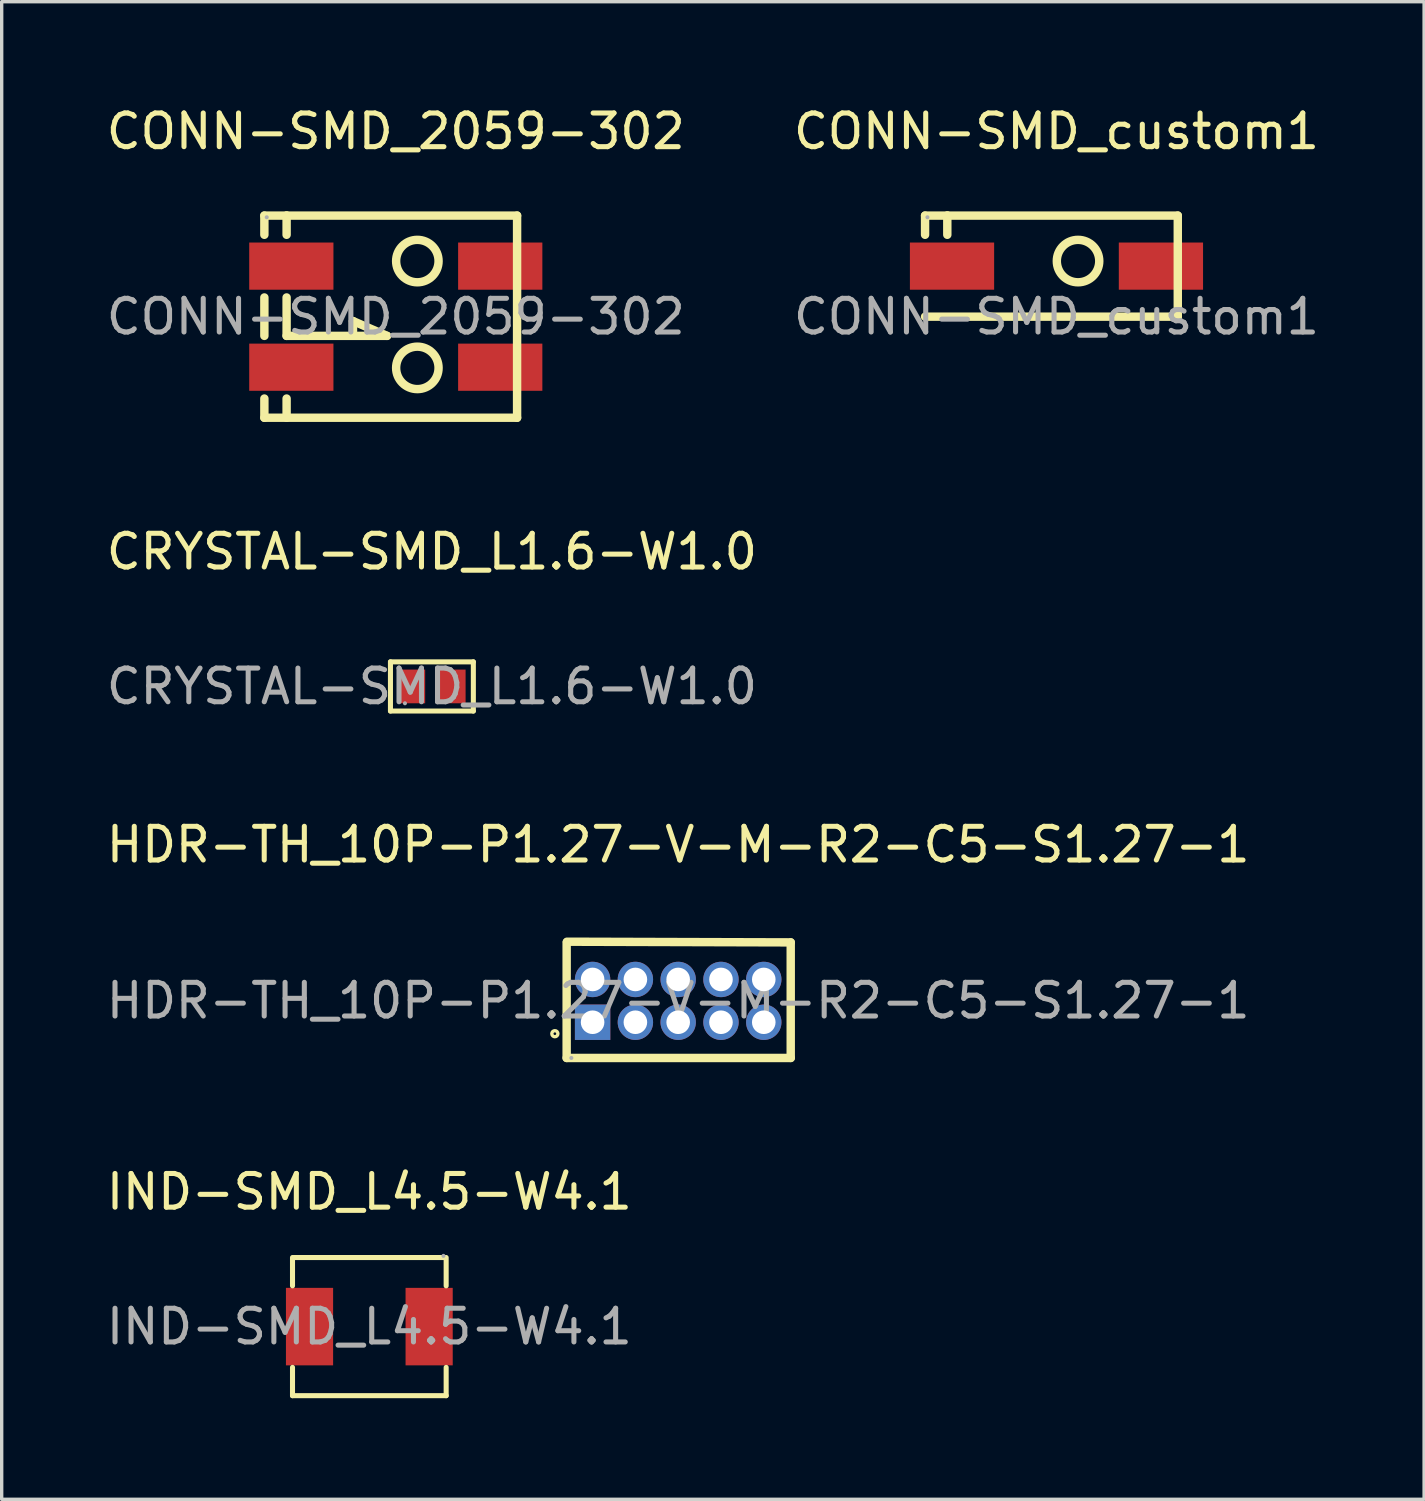
<source format=kicad_pcb>
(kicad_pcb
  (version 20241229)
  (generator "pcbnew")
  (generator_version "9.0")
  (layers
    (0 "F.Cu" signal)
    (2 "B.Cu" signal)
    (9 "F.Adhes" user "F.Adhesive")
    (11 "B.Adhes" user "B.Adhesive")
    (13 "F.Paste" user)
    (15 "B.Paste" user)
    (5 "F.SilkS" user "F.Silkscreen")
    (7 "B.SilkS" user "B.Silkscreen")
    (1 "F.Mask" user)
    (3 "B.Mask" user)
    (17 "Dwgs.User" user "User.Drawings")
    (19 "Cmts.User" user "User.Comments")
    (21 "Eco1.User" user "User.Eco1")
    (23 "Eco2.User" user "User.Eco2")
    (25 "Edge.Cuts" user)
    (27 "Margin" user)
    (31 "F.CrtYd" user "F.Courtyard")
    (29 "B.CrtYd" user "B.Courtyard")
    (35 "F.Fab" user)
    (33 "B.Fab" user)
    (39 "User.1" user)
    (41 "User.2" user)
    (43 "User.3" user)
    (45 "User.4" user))
  (footprint "IND-SMD_L4.5-W4.1"
    (layer "F.Cu")
    (at 7.911 36.321)
    (property "Reference" "IND-SMD_L4.5-W4.1" (at 0 -4 0) (layer "F.SilkS") (effects (font (size 1 1) (thickness 0.15))))
    (attr smd)
    (fp_line (start -2.28 -1.21) (end -2.28 -2.05) (stroke (width 0.15) (type solid)) (layer "F.SilkS"))
    (fp_line (start -2.28 1.21) (end -2.28 2.05) (stroke (width 0.15) (type solid)) (layer "F.SilkS"))
    (fp_line (start -2.28 2.05) (end 2.28 2.05) (stroke (width 0.15) (type solid)) (layer "F.SilkS"))
    (fp_line (start -2.25 -2.05) (end 2.25 -2.05) (stroke (width 0.15) (type solid)) (layer "F.SilkS"))
    (fp_line (start 2.28 -2.05) (end 2.28 -1.21) (stroke (width 0.15) (type solid)) (layer "F.SilkS"))
    (fp_line (start 2.28 2.05) (end 2.28 1.21) (stroke (width 0.15) (type solid)) (layer "F.SilkS"))
    (fp_circle (center 2.2 -2.1) (end 2.23 -2.1) (stroke (width 0.06) (type solid)) (fill no) (layer "F.Fab"))
    (fp_text user "${REFERENCE}" (at 0 0 0) (layer "F.Fab") (effects (font (size 1 1) (thickness 0.15))))
    (pad "1" smd rect (at 1.775 0) (size 1.4 2.3) (layers "F.Cu" "F.Mask" "F.Paste"))
    (pad "2" smd rect (at -1.775 0) (size 1.4 2.3) (layers "F.Cu" "F.Mask" "F.Paste")))
  (footprint "HDR-TH_10P-P1.27-V-M-R2-C5-S1.27-1"
    (layer "F.Cu")
    (at 17.077 26.648)
    (property "Reference" "HDR-TH_10P-P1.27-V-M-R2-C5-S1.27-1" (at 0 -4.63 0) (layer "F.SilkS") (effects (font (size 1 1) (thickness 0.15))))
    (attr through_hole)
    (fp_line (start -3.31 1.7) (end -3.31 -1.73) (stroke (width 0.25) (type solid)) (layer "F.SilkS"))
    (fp_line (start -3.3 -1.75) (end 3.34 -1.73) (stroke (width 0.25) (type solid)) (layer "F.SilkS"))
    (fp_line (start 3.34 -1.73) (end 3.34 1.7) (stroke (width 0.25) (type solid)) (layer "F.SilkS"))
    (fp_line (start 3.34 1.7) (end -3.31 1.7) (stroke (width 0.25) (type solid)) (layer "F.SilkS"))
    (fp_circle (center -3.66 0.98) (end -3.57 0.98) (stroke (width 0.1) (type solid)) (fill no) (layer "F.SilkS"))
    (fp_circle (center -3.17 1.7) (end -3.14 1.7) (stroke (width 0.06) (type solid)) (fill no) (layer "F.Fab"))
    (fp_text user "${REFERENCE}" (at 0 0 0) (layer "F.Fab") (effects (font (size 1 1) (thickness 0.15))))
    (pad "1" thru_hole rect (at -2.54 0.64) (size 1.05 1.05) (drill 0.7) (layers "*.Cu" "*.Mask"))
    (pad "2" thru_hole circle (at -2.54 -0.63) (size 1.05 1.05) (drill 0.7) (layers "*.Cu" "*.Mask"))
    (pad "3" thru_hole circle (at -1.27 0.64) (size 1.05 1.05) (drill 0.7) (layers "*.Cu" "*.Mask"))
    (pad "4" thru_hole circle (at -1.27 -0.63) (size 1.05 1.05) (drill 0.7) (layers "*.Cu" "*.Mask"))
    (pad "5" thru_hole circle (at 0 0.64) (size 1.05 1.05) (drill 0.7) (layers "*.Cu" "*.Mask"))
    (pad "6" thru_hole circle (at 0 -0.63) (size 1.05 1.05) (drill 0.7) (layers "*.Cu" "*.Mask"))
    (pad "7" thru_hole circle (at 1.27 0.64) (size 1.05 1.05) (drill 0.7) (layers "*.Cu" "*.Mask"))
    (pad "8" thru_hole circle (at 1.27 -0.63) (size 1.05 1.05) (drill 0.7) (layers "*.Cu" "*.Mask"))
    (pad "9" thru_hole circle (at 2.54 0.64) (size 1.05 1.05) (drill 0.7) (layers "*.Cu" "*.Mask"))
    (pad "10" thru_hole circle (at 2.54 -0.63) (size 1.05 1.05) (drill 0.7) (layers "*.Cu" "*.Mask")))
  (footprint "CONN-SMD_custom1"
    (layer "F.Cu")
    (at 28.304 6.348)
    (property "Reference" "CONN-SMD_custom1" (at 0 -5.5 0) (layer "F.SilkS") (effects (font (size 1 1) (thickness 0.15))))
    (attr smd)
    (fp_line (start -3.9 -3) (end -3.9 -2.43) (stroke (width 0.25) (type solid)) (layer "F.SilkS"))
    (fp_line (start -3.9 -3) (end -3.24 -3) (stroke (width 0.25) (type solid)) (layer "F.SilkS"))
    (fp_line (start -3.24 -3) (end -3.24 -2.43) (stroke (width 0.25) (type solid)) (layer "F.SilkS"))
    (fp_line (start -3.24 -3) (end 3.6 -3) (stroke (width 0.25) (type solid)) (layer "F.SilkS"))
    (fp_line (start 3.6 -3) (end 3.6 0) (stroke (width 0.25) (type solid)) (layer "F.SilkS"))
    (fp_line (start 3.6 0) (end -3.9 0) (stroke (width 0.25) (type solid)) (layer "F.SilkS"))
    (fp_circle (center 0.64 -1.65) (end 1.27 -1.65) (stroke (width 0.25) (type solid)) (fill no) (layer "F.SilkS"))
    (fp_circle (center -3.83 -2.95) (end -3.8 -2.95) (stroke (width 0.06) (type solid)) (fill no) (layer "F.Fab"))
    (fp_text user "${REFERENCE}" (at 0 0 0) (layer "F.Fab") (effects (font (size 1 1) (thickness 0.15))))
    (pad "1" smd rect (at -3.1 -1.5 90) (size 1.4 2.5) (layers "F.Cu" "F.Mask" "F.Paste"))
    (pad "1" smd rect (at 3.1 -1.5 90) (size 1.4 2.5) (layers "F.Cu" "F.Mask" "F.Paste")))
  (footprint "CONN-SMD_2059-302"
    (layer "F.Cu")
    (at 8.696 6.348)
    (property "Reference" "CONN-SMD_2059-302" (at 0 -5.5 0) (layer "F.SilkS") (effects (font (size 1 1) (thickness 0.15))))
    (attr smd)
    (fp_line (start -3.9 -3) (end -3.9 -2.43) (stroke (width 0.25) (type solid)) (layer "F.SilkS"))
    (fp_line (start -3.9 -3) (end -3.24 -3) (stroke (width 0.25) (type solid)) (layer "F.SilkS"))
    (fp_line (start -3.9 -0.57) (end -3.9 0.57) (stroke (width 0.25) (type solid)) (layer "F.SilkS"))
    (fp_line (start -3.9 2.43) (end -3.9 3) (stroke (width 0.25) (type solid)) (layer "F.SilkS"))
    (fp_line (start -3.24 -3) (end -3.24 -2.43) (stroke (width 0.25) (type solid)) (layer "F.SilkS"))
    (fp_line (start -3.24 -3) (end 3.6 -3) (stroke (width 0.25) (type solid)) (layer "F.SilkS"))
    (fp_line (start -3.24 -0.57) (end -3.24 0.57) (stroke (width 0.25) (type solid)) (layer "F.SilkS"))
    (fp_line (start -3.24 0.57) (end -0.26 0.57) (stroke (width 0.25) (type solid)) (layer "F.SilkS"))
    (fp_line (start -3.24 2.43) (end -3.24 3) (stroke (width 0.25) (type solid)) (layer "F.SilkS"))
    (fp_line (start -1.27 0.13) (end -1.27 0.51) (stroke (width 0.25) (type solid)) (layer "F.SilkS"))
    (fp_line (start -0.26 0.57) (end -1.27 0.13) (stroke (width 0.25) (type solid)) (layer "F.SilkS"))
    (fp_line (start 3.6 -3) (end 3.6 3) (stroke (width 0.25) (type solid)) (layer "F.SilkS"))
    (fp_line (start 3.6 3) (end -3.9 3) (stroke (width 0.25) (type solid)) (layer "F.SilkS"))
    (fp_circle (center 0.64 -1.65) (end 1.27 -1.65) (stroke (width 0.25) (type solid)) (fill no) (layer "F.SilkS"))
    (fp_circle (center 0.64 1.52) (end 1.27 1.52) (stroke (width 0.25) (type solid)) (fill no) (layer "F.SilkS"))
    (fp_circle (center -3.83 -2.95) (end -3.8 -2.95) (stroke (width 0.06) (type solid)) (fill no) (layer "F.Fab"))
    (fp_text user "${REFERENCE}" (at 0 0 0) (layer "F.Fab") (effects (font (size 1 1) (thickness 0.15))))
    (pad "1" smd rect (at -3.1 -1.5 90) (size 1.4 2.5) (layers "F.Cu" "F.Mask" "F.Paste"))
    (pad "1" smd rect (at 3.1 -1.5 90) (size 1.4 2.5) (layers "F.Cu" "F.Mask" "F.Paste"))
    (pad "2" smd rect (at -3.1 1.5 90) (size 1.4 2.5) (layers "F.Cu" "F.Mask" "F.Paste"))
    (pad "2" smd rect (at 3.1 1.5 90) (size 1.4 2.5) (layers "F.Cu" "F.Mask" "F.Paste")))
  (footprint "CRYSTAL-SMD_L1.6-W1.0"
    (layer "F.Cu")
    (at 9.768 17.322)
    (property "Reference" "CRYSTAL-SMD_L1.6-W1.0" (at 0 -4 0) (layer "F.SilkS") (effects (font (size 1 1) (thickness 0.15))))
    (attr smd)
    (fp_line (start -1.23 -0.73) (end 1.23 -0.73) (stroke (width 0.15) (type solid)) (layer "F.SilkS"))
    (fp_line (start -1.23 0.73) (end -1.23 -0.73) (stroke (width 0.15) (type solid)) (layer "F.SilkS"))
    (fp_line (start 1.23 -0.73) (end 1.23 0.73) (stroke (width 0.15) (type solid)) (layer "F.SilkS"))
    (fp_line (start 1.23 0.73) (end -1.23 0.73) (stroke (width 0.15) (type solid)) (layer "F.SilkS"))
    (fp_circle (center -0.8 0.5) (end -0.77 0.5) (stroke (width 0.06) (type solid)) (fill no) (layer "F.Fab"))
    (fp_text user "${REFERENCE}" (at 0 0 0) (layer "F.Fab") (effects (font (size 1 1) (thickness 0.15))))
    (pad "1" smd rect (at -0.6 0) (size 0.8 1) (layers "F.Cu" "F.Mask" "F.Paste"))
    (pad "2" smd rect (at 0.6 0) (size 0.8 1) (layers "F.Cu" "F.Mask" "F.Paste")))
  (gr_rect
    (start -3 -3)
    (end 39.214 41.446)
    (stroke (width 0.1) (type default))
    (fill no)
    (layer "Edge.Cuts")))
</source>
